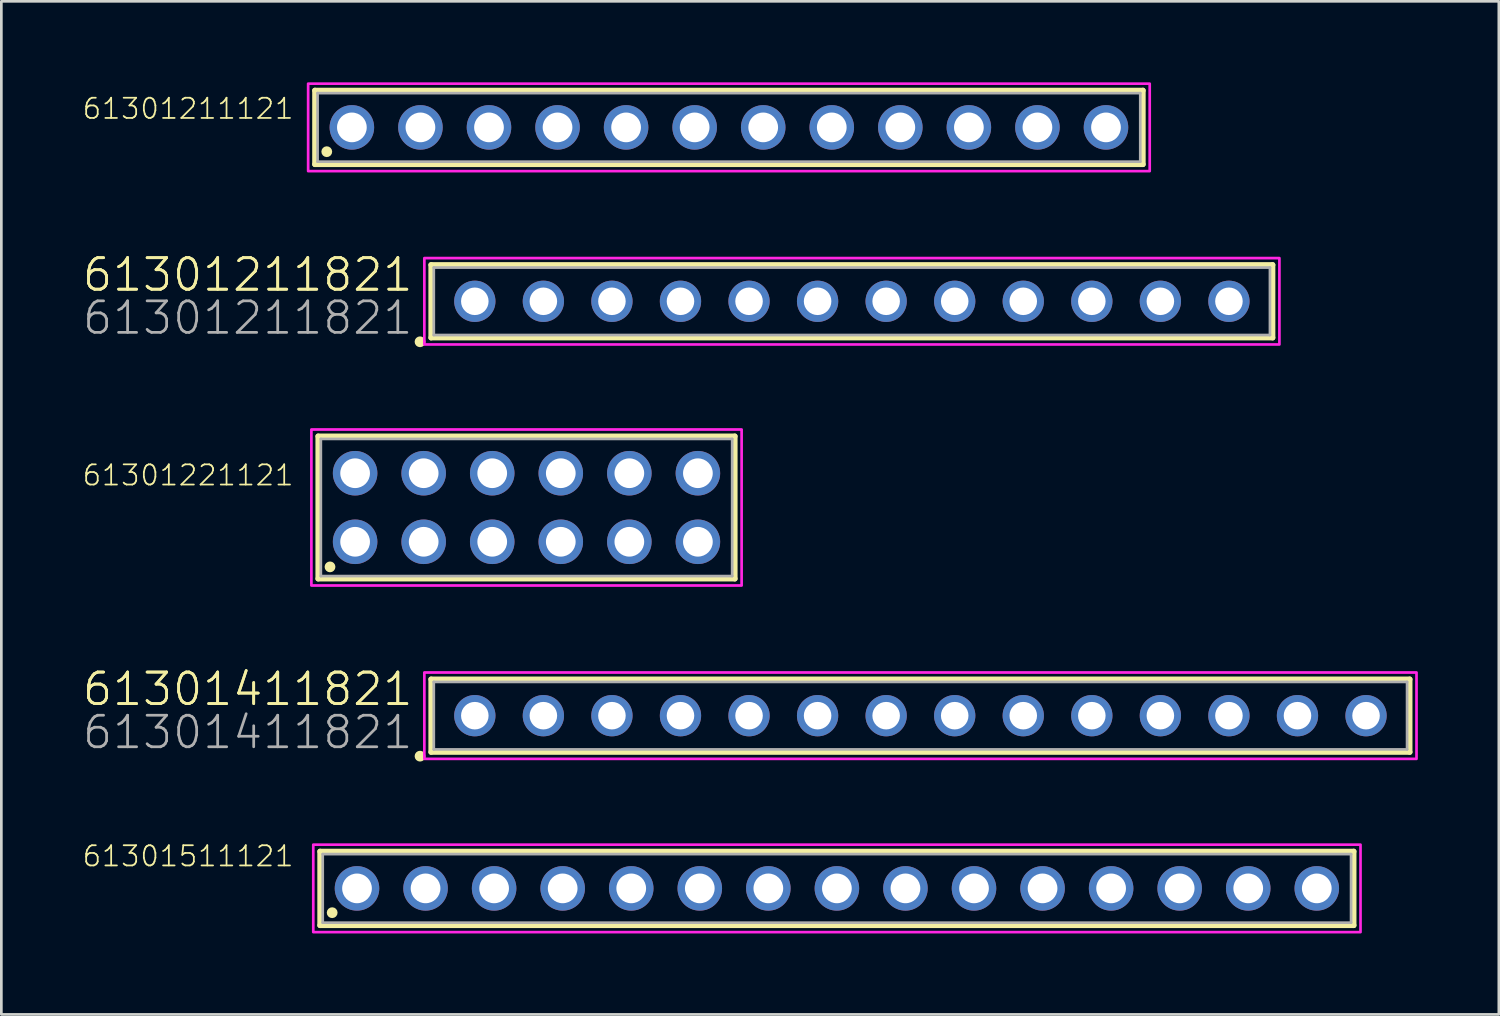
<source format=kicad_pcb>
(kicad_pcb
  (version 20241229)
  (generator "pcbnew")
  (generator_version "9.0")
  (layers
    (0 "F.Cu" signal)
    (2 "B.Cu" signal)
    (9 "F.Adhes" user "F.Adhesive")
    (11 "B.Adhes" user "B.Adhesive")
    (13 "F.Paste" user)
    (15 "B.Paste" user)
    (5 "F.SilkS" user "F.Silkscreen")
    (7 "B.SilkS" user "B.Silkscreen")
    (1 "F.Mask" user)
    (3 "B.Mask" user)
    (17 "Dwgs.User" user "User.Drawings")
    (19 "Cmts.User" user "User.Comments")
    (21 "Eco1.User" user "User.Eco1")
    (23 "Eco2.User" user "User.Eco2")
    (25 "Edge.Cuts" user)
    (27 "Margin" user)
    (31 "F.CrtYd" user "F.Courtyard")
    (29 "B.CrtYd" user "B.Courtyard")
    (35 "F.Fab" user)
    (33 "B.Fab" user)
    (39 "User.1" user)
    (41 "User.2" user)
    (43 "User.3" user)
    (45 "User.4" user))
  (footprint "61301411821"
    (layer "F.Cu")
    (at 31.052 23.466)
    (property "Reference" "61301411821" (at -18.74 -0.3 0) (unlocked yes) (layer "F.SilkS") (effects (font (size 1.168 1.168) (thickness 0.102)) (justify right bottom)))
    (property "Value" "61301411821" (at -18.74 1.3 0) (unlocked yes) (layer "F.Fab") (hide yes) (effects (font (size 1.168 1.168) (thickness 0.102)) (justify right bottom)))
    (fp_line (start -18.13 -1.35) (end 18.13 -1.35) (stroke (width 0.2) (type solid)) (layer "F.SilkS"))
    (fp_line (start -18.13 1.35) (end -18.13 -1.35) (stroke (width 0.2) (type solid)) (layer "F.SilkS"))
    (fp_line (start 18.13 -1.35) (end 18.13 1.35) (stroke (width 0.2) (type solid)) (layer "F.SilkS"))
    (fp_line (start 18.13 1.35) (end -18.13 1.35) (stroke (width 0.2) (type solid)) (layer "F.SilkS"))
    (fp_circle (center -18.54 1.5) (end -18.44 1.5) (stroke (width 0.2) (type solid)) (fill no) (layer "F.SilkS"))
    (fp_poly (pts (xy 18.38 1.6) (xy -18.38 1.6) (xy -18.38 -1.6) (xy 18.38 -1.6)) (stroke (width 0.1) (type default)) (fill no) (layer "F.CrtYd"))
    (fp_line (start -18.03 -1.25) (end -18.03 1.25) (stroke (width 0.1) (type solid)) (layer "F.Fab"))
    (fp_line (start -18.03 1.25) (end 18.03 1.25) (stroke (width 0.1) (type solid)) (layer "F.Fab"))
    (fp_line (start 18.03 -1.25) (end -18.03 -1.25) (stroke (width 0.1) (type solid)) (layer "F.Fab"))
    (fp_line (start 18.03 1.25) (end 18.03 -1.25) (stroke (width 0.1) (type solid)) (layer "F.Fab"))
    (fp_text user "${REFERENCE}" (at -18.74 -0.3 0) (unlocked yes) (layer "F.SilkS") (effects (font (size 1.168 1.168) (thickness 0.102)) (justify right bottom)))
    (fp_text user "${VALUE}" (at -18.74 1.3 0) (unlocked yes) (layer "F.Fab") (effects (font (size 1.168 1.168) (thickness 0.102)) (justify right bottom)))
    (pad "1" thru_hole circle (at -16.51 0) (size 1.53 1.53) (drill 1.02) (layers "*.Cu" "*.Mask"))
    (pad "2" thru_hole circle (at -13.97 0) (size 1.53 1.53) (drill 1.02) (layers "*.Cu" "*.Mask"))
    (pad "3" thru_hole circle (at -11.43 0) (size 1.53 1.53) (drill 1.02) (layers "*.Cu" "*.Mask"))
    (pad "4" thru_hole circle (at -8.89 0) (size 1.53 1.53) (drill 1.02) (layers "*.Cu" "*.Mask"))
    (pad "5" thru_hole circle (at -6.35 0) (size 1.53 1.53) (drill 1.02) (layers "*.Cu" "*.Mask"))
    (pad "6" thru_hole circle (at -3.81 0) (size 1.53 1.53) (drill 1.02) (layers "*.Cu" "*.Mask"))
    (pad "7" thru_hole circle (at -1.27 0) (size 1.53 1.53) (drill 1.02) (layers "*.Cu" "*.Mask"))
    (pad "8" thru_hole circle (at 1.27 0) (size 1.53 1.53) (drill 1.02) (layers "*.Cu" "*.Mask"))
    (pad "9" thru_hole circle (at 3.81 0) (size 1.53 1.53) (drill 1.02) (layers "*.Cu" "*.Mask"))
    (pad "10" thru_hole circle (at 6.35 0) (size 1.53 1.53) (drill 1.02) (layers "*.Cu" "*.Mask"))
    (pad "11" thru_hole circle (at 8.89 0) (size 1.53 1.53) (drill 1.02) (layers "*.Cu" "*.Mask"))
    (pad "12" thru_hole circle (at 11.43 0) (size 1.53 1.53) (drill 1.02) (layers "*.Cu" "*.Mask"))
    (pad "13" thru_hole circle (at 13.97 0) (size 1.53 1.53) (drill 1.02) (layers "*.Cu" "*.Mask"))
    (pad "14" thru_hole circle (at 16.51 0) (size 1.53 1.53) (drill 1.02) (layers "*.Cu" "*.Mask")))
  (footprint "61301511121"
    (layer "F.Cu")
    (at 27.957 29.865)
    (property "Reference" "61301511121" (at -20.078 -0.756 0) (unlocked yes) (layer "F.SilkS") (effects (font (size 0.748 0.748) (thickness 0.065)) (justify right bottom)))
    (fp_line (start -19.15 -1.37) (end 19.15 -1.37) (stroke (width 0.2) (type solid)) (layer "F.SilkS"))
    (fp_line (start -19.15 1.37) (end -19.15 -1.37) (stroke (width 0.2) (type solid)) (layer "F.SilkS"))
    (fp_line (start 19.15 -1.37) (end 19.15 1.37) (stroke (width 0.2) (type solid)) (layer "F.SilkS"))
    (fp_line (start 19.15 1.37) (end -19.15 1.37) (stroke (width 0.2) (type solid)) (layer "F.SilkS"))
    (fp_circle (center -18.7 0.9) (end -18.6 0.9) (stroke (width 0.2) (type solid)) (fill no) (layer "F.SilkS"))
    (fp_poly (pts (xy 19.4 1.62) (xy -19.4 1.62) (xy -19.4 -1.62) (xy 19.4 -1.62)) (stroke (width 0.1) (type default)) (fill no) (layer "F.CrtYd"))
    (fp_line (start -19.05 -1.27) (end -19.05 1.27) (stroke (width 0.1) (type solid)) (layer "F.Fab"))
    (fp_line (start -19.05 1.27) (end 19.05 1.27) (stroke (width 0.1) (type solid)) (layer "F.Fab"))
    (fp_line (start 19.05 -1.27) (end -19.05 -1.27) (stroke (width 0.1) (type solid)) (layer "F.Fab"))
    (fp_line (start 19.05 1.27) (end 19.05 -1.27) (stroke (width 0.1) (type solid)) (layer "F.Fab"))
    (pad "1" thru_hole circle (at -17.78 0) (size 1.65 1.65) (drill 1.1) (layers "*.Cu" "*.Mask"))
    (pad "2" thru_hole circle (at -15.24 0) (size 1.65 1.65) (drill 1.1) (layers "*.Cu" "*.Mask"))
    (pad "3" thru_hole circle (at -12.7 0) (size 1.65 1.65) (drill 1.1) (layers "*.Cu" "*.Mask"))
    (pad "4" thru_hole circle (at -10.16 0) (size 1.65 1.65) (drill 1.1) (layers "*.Cu" "*.Mask"))
    (pad "5" thru_hole circle (at -7.62 0) (size 1.65 1.65) (drill 1.1) (layers "*.Cu" "*.Mask"))
    (pad "6" thru_hole circle (at -5.08 0) (size 1.65 1.65) (drill 1.1) (layers "*.Cu" "*.Mask"))
    (pad "7" thru_hole circle (at -2.54 0) (size 1.65 1.65) (drill 1.1) (layers "*.Cu" "*.Mask"))
    (pad "8" thru_hole circle (at 0 0) (size 1.65 1.65) (drill 1.1) (layers "*.Cu" "*.Mask"))
    (pad "9" thru_hole circle (at 2.54 0) (size 1.65 1.65) (drill 1.1) (layers "*.Cu" "*.Mask"))
    (pad "10" thru_hole circle (at 5.08 0) (size 1.65 1.65) (drill 1.1) (layers "*.Cu" "*.Mask"))
    (pad "11" thru_hole circle (at 7.62 0) (size 1.65 1.65) (drill 1.1) (layers "*.Cu" "*.Mask"))
    (pad "12" thru_hole circle (at 10.16 0) (size 1.65 1.65) (drill 1.1) (layers "*.Cu" "*.Mask"))
    (pad "13" thru_hole circle (at 12.7 0) (size 1.65 1.65) (drill 1.1) (layers "*.Cu" "*.Mask"))
    (pad "14" thru_hole circle (at 15.24 0) (size 1.65 1.65) (drill 1.1) (layers "*.Cu" "*.Mask"))
    (pad "15" thru_hole circle (at 17.78 0) (size 1.65 1.65) (drill 1.1) (layers "*.Cu" "*.Mask")))
  (footprint "61301221121"
    (layer "F.Cu")
    (at 16.457 15.753)
    (property "Reference" "61301221121" (at -8.578 -0.756 0) (unlocked yes) (layer "F.SilkS") (effects (font (size 0.748 0.748) (thickness 0.065)) (justify right bottom)))
    (fp_line (start -7.72 -2.64) (end 7.72 -2.64) (stroke (width 0.2) (type solid)) (layer "F.SilkS"))
    (fp_line (start -7.72 2.64) (end -7.72 -2.64) (stroke (width 0.2) (type solid)) (layer "F.SilkS"))
    (fp_line (start 7.72 -2.64) (end 7.72 2.64) (stroke (width 0.2) (type solid)) (layer "F.SilkS"))
    (fp_line (start 7.72 2.64) (end -7.72 2.64) (stroke (width 0.2) (type solid)) (layer "F.SilkS"))
    (fp_circle (center -7.28 2.2) (end -7.18 2.2) (stroke (width 0.2) (type solid)) (fill no) (layer "F.SilkS"))
    (fp_poly (pts (xy 7.97 2.89) (xy -7.97 2.89) (xy -7.97 -2.89) (xy 7.97 -2.89)) (stroke (width 0.1) (type default)) (fill no) (layer "F.CrtYd"))
    (fp_line (start -7.62 -2.54) (end 7.62 -2.54) (stroke (width 0.1) (type solid)) (layer "F.Fab"))
    (fp_line (start -7.62 2.54) (end -7.62 -2.54) (stroke (width 0.1) (type solid)) (layer "F.Fab"))
    (fp_line (start 7.62 -2.54) (end 7.62 2.54) (stroke (width 0.1) (type solid)) (layer "F.Fab"))
    (fp_line (start 7.62 2.54) (end -7.62 2.54) (stroke (width 0.1) (type solid)) (layer "F.Fab"))
    (pad "1" thru_hole circle (at -6.35 1.27 90) (size 1.65 1.65) (drill 1.1) (layers "*.Cu" "*.Mask"))
    (pad "2" thru_hole circle (at -6.35 -1.27 270) (size 1.65 1.65) (drill 1.1) (layers "*.Cu" "*.Mask"))
    (pad "3" thru_hole circle (at -3.81 1.27 90) (size 1.65 1.65) (drill 1.1) (layers "*.Cu" "*.Mask"))
    (pad "4" thru_hole circle (at -3.81 -1.27 270) (size 1.65 1.65) (drill 1.1) (layers "*.Cu" "*.Mask"))
    (pad "5" thru_hole circle (at -1.27 1.27 90) (size 1.65 1.65) (drill 1.1) (layers "*.Cu" "*.Mask"))
    (pad "6" thru_hole circle (at -1.27 -1.27 270) (size 1.65 1.65) (drill 1.1) (layers "*.Cu" "*.Mask"))
    (pad "7" thru_hole circle (at 1.27 1.27 90) (size 1.65 1.65) (drill 1.1) (layers "*.Cu" "*.Mask"))
    (pad "8" thru_hole circle (at 1.27 -1.27 270) (size 1.65 1.65) (drill 1.1) (layers "*.Cu" "*.Mask"))
    (pad "9" thru_hole circle (at 3.81 1.27 90) (size 1.65 1.65) (drill 1.1) (layers "*.Cu" "*.Mask"))
    (pad "10" thru_hole circle (at 3.81 -1.27 270) (size 1.65 1.65) (drill 1.1) (layers "*.Cu" "*.Mask"))
    (pad "11" thru_hole circle (at 6.35 1.27 90) (size 1.65 1.65) (drill 1.1) (layers "*.Cu" "*.Mask"))
    (pad "12" thru_hole circle (at 6.35 -1.27 270) (size 1.65 1.65) (drill 1.1) (layers "*.Cu" "*.Mask")))
  (footprint "61301211821"
    (layer "F.Cu")
    (at 28.512 8.113)
    (property "Reference" "61301211821" (at -16.2 -0.3 0) (unlocked yes) (layer "F.SilkS") (effects (font (size 1.168 1.168) (thickness 0.102)) (justify right bottom)))
    (property "Value" "61301211821" (at -16.2 1.3 0) (unlocked yes) (layer "F.Fab") (hide yes) (effects (font (size 1.168 1.168) (thickness 0.102)) (justify right bottom)))
    (fp_line (start -15.59 -1.35) (end 15.59 -1.35) (stroke (width 0.2) (type solid)) (layer "F.SilkS"))
    (fp_line (start -15.59 1.35) (end -15.59 -1.35) (stroke (width 0.2) (type solid)) (layer "F.SilkS"))
    (fp_line (start 15.59 -1.35) (end 15.59 1.35) (stroke (width 0.2) (type solid)) (layer "F.SilkS"))
    (fp_line (start 15.59 1.35) (end -15.59 1.35) (stroke (width 0.2) (type solid)) (layer "F.SilkS"))
    (fp_circle (center -16 1.5) (end -15.9 1.5) (stroke (width 0.2) (type solid)) (fill no) (layer "F.SilkS"))
    (fp_poly (pts (xy 15.84 1.6) (xy -15.84 1.6) (xy -15.84 -1.6) (xy 15.84 -1.6)) (stroke (width 0.1) (type default)) (fill no) (layer "F.CrtYd"))
    (fp_line (start -15.49 -1.25) (end -15.49 1.25) (stroke (width 0.1) (type solid)) (layer "F.Fab"))
    (fp_line (start -15.49 1.25) (end 15.49 1.25) (stroke (width 0.1) (type solid)) (layer "F.Fab"))
    (fp_line (start 15.49 -1.25) (end -15.49 -1.25) (stroke (width 0.1) (type solid)) (layer "F.Fab"))
    (fp_line (start 15.49 1.25) (end 15.49 -1.25) (stroke (width 0.1) (type solid)) (layer "F.Fab"))
    (fp_text user "${REFERENCE}" (at -16.2 -0.3 0) (unlocked yes) (layer "F.SilkS") (effects (font (size 1.168 1.168) (thickness 0.102)) (justify right bottom)))
    (fp_text user "${VALUE}" (at -16.2 1.3 0) (unlocked yes) (layer "F.Fab") (effects (font (size 1.168 1.168) (thickness 0.102)) (justify right bottom)))
    (pad "1" thru_hole circle (at -13.97 0) (size 1.53 1.53) (drill 1.02) (layers "*.Cu" "*.Mask"))
    (pad "2" thru_hole circle (at -11.43 0) (size 1.53 1.53) (drill 1.02) (layers "*.Cu" "*.Mask"))
    (pad "3" thru_hole circle (at -8.89 0) (size 1.53 1.53) (drill 1.02) (layers "*.Cu" "*.Mask"))
    (pad "4" thru_hole circle (at -6.35 0) (size 1.53 1.53) (drill 1.02) (layers "*.Cu" "*.Mask"))
    (pad "5" thru_hole circle (at -3.81 0) (size 1.53 1.53) (drill 1.02) (layers "*.Cu" "*.Mask"))
    (pad "6" thru_hole circle (at -1.27 0) (size 1.53 1.53) (drill 1.02) (layers "*.Cu" "*.Mask"))
    (pad "7" thru_hole circle (at 1.27 0) (size 1.53 1.53) (drill 1.02) (layers "*.Cu" "*.Mask"))
    (pad "8" thru_hole circle (at 3.81 0) (size 1.53 1.53) (drill 1.02) (layers "*.Cu" "*.Mask"))
    (pad "9" thru_hole circle (at 6.35 0) (size 1.53 1.53) (drill 1.02) (layers "*.Cu" "*.Mask"))
    (pad "10" thru_hole circle (at 8.89 0) (size 1.53 1.53) (drill 1.02) (layers "*.Cu" "*.Mask"))
    (pad "11" thru_hole circle (at 11.43 0) (size 1.53 1.53) (drill 1.02) (layers "*.Cu" "*.Mask"))
    (pad "12" thru_hole circle (at 13.97 0) (size 1.53 1.53) (drill 1.02) (layers "*.Cu" "*.Mask")))
  (footprint "61301211121"
    (layer "F.Cu")
    (at 23.957 1.67)
    (property "Reference" "61301211121" (at -16.078 -0.256 0) (unlocked yes) (layer "F.SilkS") (effects (font (size 0.748 0.748) (thickness 0.065)) (justify right bottom)))
    (fp_line (start -15.34 -1.37) (end 15.34 -1.37) (stroke (width 0.2) (type solid)) (layer "F.SilkS"))
    (fp_line (start -15.34 1.37) (end -15.34 -1.37) (stroke (width 0.2) (type solid)) (layer "F.SilkS"))
    (fp_line (start 15.34 -1.37) (end 15.34 1.37) (stroke (width 0.2) (type solid)) (layer "F.SilkS"))
    (fp_line (start 15.34 1.37) (end -15.34 1.37) (stroke (width 0.2) (type solid)) (layer "F.SilkS"))
    (fp_circle (center -14.9 0.9) (end -14.8 0.9) (stroke (width 0.2) (type solid)) (fill no) (layer "F.SilkS"))
    (fp_poly (pts (xy 15.59 1.62) (xy -15.59 1.62) (xy -15.59 -1.62) (xy 15.59 -1.62)) (stroke (width 0.1) (type default)) (fill no) (layer "F.CrtYd"))
    (fp_line (start -15.24 -1.27) (end -15.24 1.27) (stroke (width 0.1) (type solid)) (layer "F.Fab"))
    (fp_line (start -15.24 1.27) (end 15.24 1.27) (stroke (width 0.1) (type solid)) (layer "F.Fab"))
    (fp_line (start 15.24 -1.27) (end -15.24 -1.27) (stroke (width 0.1) (type solid)) (layer "F.Fab"))
    (fp_line (start 15.24 1.27) (end 15.24 -1.27) (stroke (width 0.1) (type solid)) (layer "F.Fab"))
    (pad "1" thru_hole circle (at -13.97 0) (size 1.65 1.65) (drill 1.1) (layers "*.Cu" "*.Mask"))
    (pad "2" thru_hole circle (at -11.43 0) (size 1.65 1.65) (drill 1.1) (layers "*.Cu" "*.Mask"))
    (pad "3" thru_hole circle (at -8.89 0) (size 1.65 1.65) (drill 1.1) (layers "*.Cu" "*.Mask"))
    (pad "4" thru_hole circle (at -6.35 0) (size 1.65 1.65) (drill 1.1) (layers "*.Cu" "*.Mask"))
    (pad "5" thru_hole circle (at -3.81 0) (size 1.65 1.65) (drill 1.1) (layers "*.Cu" "*.Mask"))
    (pad "6" thru_hole circle (at -1.27 0) (size 1.65 1.65) (drill 1.1) (layers "*.Cu" "*.Mask"))
    (pad "7" thru_hole circle (at 1.27 0) (size 1.65 1.65) (drill 1.1) (layers "*.Cu" "*.Mask"))
    (pad "8" thru_hole circle (at 3.81 0) (size 1.65 1.65) (drill 1.1) (layers "*.Cu" "*.Mask"))
    (pad "9" thru_hole circle (at 6.35 0) (size 1.65 1.65) (drill 1.1) (layers "*.Cu" "*.Mask"))
    (pad "10" thru_hole circle (at 8.89 0) (size 1.65 1.65) (drill 1.1) (layers "*.Cu" "*.Mask"))
    (pad "11" thru_hole circle (at 11.43 0) (size 1.65 1.65) (drill 1.1) (layers "*.Cu" "*.Mask"))
    (pad "12" thru_hole circle (at 13.97 0) (size 1.65 1.65) (drill 1.1) (layers "*.Cu" "*.Mask")))
  (gr_rect
    (start -3 -3)
    (end 52.482 34.535)
    (stroke (width 0.1) (type default))
    (fill no)
    (layer "Edge.Cuts")))
</source>
